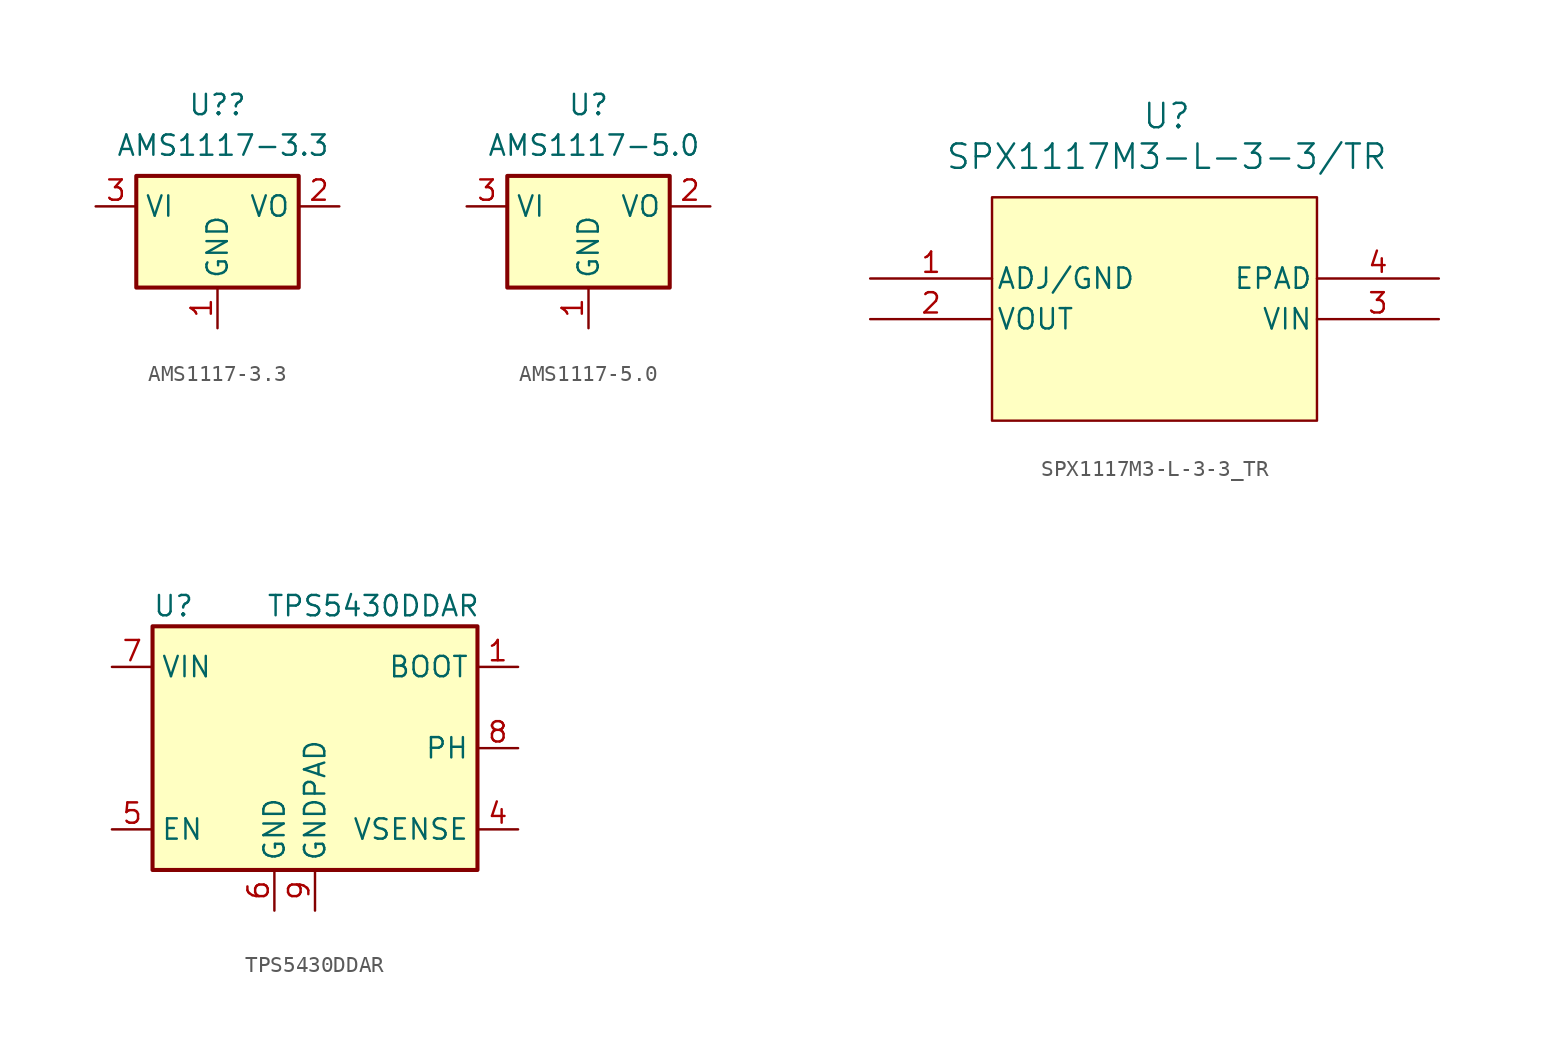
<source format=kicad_sym>
(kicad_symbol_lib
  (version 20241209)
  (generator "kicad_symbol_editor")
  (generator_version "9.0")
  (symbol "AMS1117-3.3"
    (property "Reference" "U?"
      (at 0 6.35 0)
      (effects (font (size 1.27 1.27))))
    (property "Value" "AMS1117-3.3"
      (at -6.35 3.81 0)
      (effects (font (size 1.27 1.27)) (justify left)))
    (symbol "AMS1117-3.3_0_1"
      (rectangle (start -5.08 1.905) (end 5.08 -5.08) (stroke (width 0.254) (type default)) (fill (type background))))
    (symbol "AMS1117-3.3_1_1"
      (pin power_in line (at -7.62 0 0) (length 2.54) (name "VI" (effects (font (size 1.27 1.27)))) (number "3" (effects (font (size 1.27 1.27)))))
      (pin power_in line (at 0 -7.62 90) (length 2.54) (name "GND" (effects (font (size 1.27 1.27)))) (number "1" (effects (font (size 1.27 1.27)))))
      (pin power_out line (at 7.62 0 180) (length 2.54) (name "VO" (effects (font (size 1.27 1.27)))) (number "2" (effects (font (size 1.27 1.27)))))))
  (symbol "AMS1117-5.0"
    (property "Reference" "U"
      (at 0 6.35 0)
      (effects (font (size 1.27 1.27))))
    (property "Value" "AMS1117-5.0"
      (at -6.35 3.81 0)
      (effects (font (size 1.27 1.27)) (justify left)))
    (symbol "AMS1117-5.0_0_1"
      (rectangle (start -5.08 1.905) (end 5.08 -5.08) (stroke (width 0.254) (type default)) (fill (type background))))
    (symbol "AMS1117-5.0_1_1"
      (pin power_in line (at -7.62 0 0) (length 2.54) (name "VI" (effects (font (size 1.27 1.27)))) (number "3" (effects (font (size 1.27 1.27)))))
      (pin power_in line (at 0 -7.62 90) (length 2.54) (name "GND" (effects (font (size 1.27 1.27)))) (number "1" (effects (font (size 1.27 1.27)))))
      (pin power_out line (at 7.62 0 180) (length 2.54) (name "VO" (effects (font (size 1.27 1.27)))) (number "2" (effects (font (size 1.27 1.27)))))))
  (symbol "SPX1117M3-L-3-3_TR"
    (pin_names
      (offset 0.254))
    (property "Reference" "U"
      (at 18.542 10.16 0)
      (effects (font (size 1.524 1.524))))
    (property "Value" "SPX1117M3-L-3-3/TR"
      (at 18.542 7.62 0)
      (effects (font (size 1.524 1.524))))
    (symbol "SPX1117M3-L-3-3_TR_0_1"
      (pin power_out line (at 0 0 0) (length 7.62) (name "ADJ/GND" (effects (font (size 1.27 1.27)))) (number "1" (effects (font (size 1.27 1.27)))))
      (pin output line (at 0 -2.54 0) (length 7.62) (name "VOUT" (effects (font (size 1.27 1.27)))) (number "2" (effects (font (size 1.27 1.27)))))
      (pin unspecified line (at 35.56 0 180) (length 7.62) (name "EPAD" (effects (font (size 1.27 1.27)))) (number "4" (effects (font (size 1.27 1.27)))))
      (pin unspecified line (at 35.56 -2.54 180) (length 7.62) (name "VIN" (effects (font (size 1.27 1.27)))) (number "3" (effects (font (size 1.27 1.27))))))
    (symbol "SPX1117M3-L-3-3_TR_1_1"
      (rectangle (start 7.62 5.08) (end 27.94 -8.89) (stroke (width 0) (type solid)) (fill (type background)))))
  (symbol "TPS5430DDAR"
    (property "Reference" "U"
      (at -10.16 8.89 0)
      (effects (font (size 1.27 1.27)) (justify left)))
    (property "Value" "TPS5430DDAR"
      (at -3.048 8.89 0)
      (effects (font (size 1.27 1.27)) (justify left)))
    (symbol "TPS5430DDAR_0_1"
      (rectangle (start -10.16 7.62) (end 10.16 -7.62) (stroke (width 0.254) (type default)) (fill (type background))))
    (symbol "TPS5430DDAR_1_1"
      (pin power_in line (at -12.7 5.08 0) (length 2.54) (name "VIN" (effects (font (size 1.27 1.27)))) (number "7" (effects (font (size 1.27 1.27)))))
      (pin input line (at -12.7 -5.08 0) (length 2.54) (name "EN" (effects (font (size 1.27 1.27)))) (number "5" (effects (font (size 1.27 1.27)))))
      (pin no_connect line (at -10.16 2.54 0) (length 2.54) (hide yes) (name "NC" (effects (font (size 1.27 1.27)))) (number "2" (effects (font (size 1.27 1.27)))))
      (pin no_connect line (at -10.16 -2.54 0) (length 2.54) (hide yes) (name "NC" (effects (font (size 1.27 1.27)))) (number "3" (effects (font (size 1.27 1.27)))))
      (pin power_in line (at -2.54 -10.16 90) (length 2.54) (name "GND" (effects (font (size 1.27 1.27)))) (number "6" (effects (font (size 1.27 1.27)))))
      (pin power_in line (at 0 -10.16 90) (length 2.54) (name "GNDPAD" (effects (font (size 1.27 1.27)))) (number "9" (effects (font (size 1.27 1.27)))))
      (pin input line (at 12.7 5.08 180) (length 2.54) (name "BOOT" (effects (font (size 1.27 1.27)))) (number "1" (effects (font (size 1.27 1.27)))))
      (pin output line (at 12.7 0 180) (length 2.54) (name "PH" (effects (font (size 1.27 1.27)))) (number "8" (effects (font (size 1.27 1.27)))))
      (pin input line (at 12.7 -5.08 180) (length 2.54) (name "VSENSE" (effects (font (size 1.27 1.27)))) (number "4" (effects (font (size 1.27 1.27))))))))
</source>
